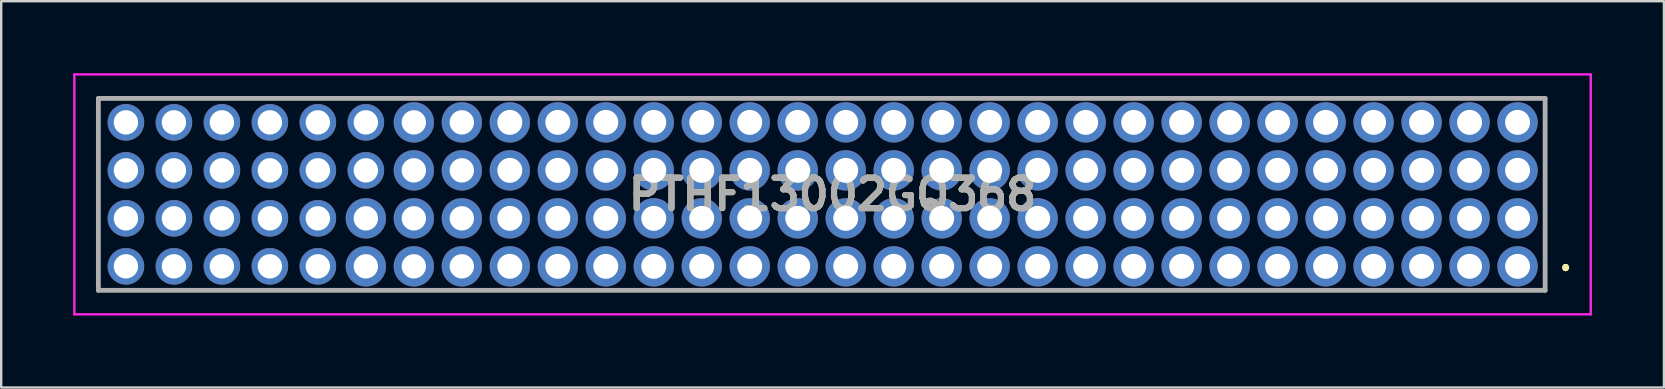
<source format=kicad_pcb>
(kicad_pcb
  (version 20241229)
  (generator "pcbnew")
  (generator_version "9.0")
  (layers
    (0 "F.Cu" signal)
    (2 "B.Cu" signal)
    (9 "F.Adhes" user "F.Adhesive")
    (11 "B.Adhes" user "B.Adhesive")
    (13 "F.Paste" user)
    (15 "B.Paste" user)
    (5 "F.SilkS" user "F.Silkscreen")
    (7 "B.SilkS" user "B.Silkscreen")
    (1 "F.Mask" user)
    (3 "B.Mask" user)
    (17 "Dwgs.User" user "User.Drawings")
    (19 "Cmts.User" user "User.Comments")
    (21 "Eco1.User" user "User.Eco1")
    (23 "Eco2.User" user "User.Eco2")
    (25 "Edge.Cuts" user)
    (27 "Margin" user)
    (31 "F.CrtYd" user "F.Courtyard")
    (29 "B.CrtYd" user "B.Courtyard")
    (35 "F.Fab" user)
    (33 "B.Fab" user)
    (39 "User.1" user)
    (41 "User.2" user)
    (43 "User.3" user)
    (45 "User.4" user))
  (footprint "PTHF13002GQ368"
    (layer "F.Cu")
    (at 60.198 8.05)
    (property "Reference" "PTHF13002GQ368" (at -28.549 -3 0) (layer "F.SilkS") (effects (font (size 1.27 1.27) (thickness 0.254))))
    (attr through_hole)
    (fp_line (start 2 0) (end 2 0) (stroke (width 0.2) (type solid)) (layer "F.SilkS"))
    (fp_line (start 2 0.1) (end 2 0.1) (stroke (width 0.2) (type solid)) (layer "F.SilkS"))
    (fp_line (start 2 0.1) (end 2 0.1) (stroke (width 0.2) (type solid)) (layer "F.SilkS"))
    (fp_arc (start 2 0) (mid 2.05 0.05) (end 2 0.1) (stroke (width 0.2) (type solid)) (layer "F.SilkS"))
    (fp_arc (start 2 0) (mid 2.05 0.05) (end 2 0.1) (stroke (width 0.2) (type solid)) (layer "F.SilkS"))
    (fp_arc (start 2 0.1) (mid 1.95 0.05) (end 2 0) (stroke (width 0.2) (type solid)) (layer "F.SilkS"))
    (fp_line (start -60.148 -8) (end 3.05 -8) (stroke (width 0.1) (type solid)) (layer "F.CrtYd"))
    (fp_line (start -60.148 2) (end -60.148 -8) (stroke (width 0.1) (type solid)) (layer "F.CrtYd"))
    (fp_line (start 3.05 -8) (end 3.05 2) (stroke (width 0.1) (type solid)) (layer "F.CrtYd"))
    (fp_line (start 3.05 2) (end -60.148 2) (stroke (width 0.1) (type solid)) (layer "F.CrtYd"))
    (fp_line (start -59.148 -7) (end -59.148 1) (stroke (width 0.2) (type solid)) (layer "F.Fab"))
    (fp_line (start -59.148 1) (end 1.148 1) (stroke (width 0.2) (type solid)) (layer "F.Fab"))
    (fp_line (start 1.148 -7) (end -59.148 -7) (stroke (width 0.2) (type solid)) (layer "F.Fab"))
    (fp_line (start 1.148 1) (end 1.148 -7) (stroke (width 0.2) (type solid)) (layer "F.Fab"))
    (fp_text user "${REFERENCE}" (at -28.549 -3 0) (layer "F.Fab") (effects (font (size 1.27 1.27) (thickness 0.254))))
    (pad "1" thru_hole circle (at 0 0) (size 1.68 1.68) (drill 1.041) (layers "*.Cu" "*.Mask"))
    (pad "2" thru_hole circle (at 0 -2) (size 1.68 1.68) (drill 1.041) (layers "*.Cu" "*.Mask"))
    (pad "3" thru_hole circle (at 0 -4) (size 1.68 1.68) (drill 1.041) (layers "*.Cu" "*.Mask"))
    (pad "4" thru_hole circle (at 0 -6) (size 1.68 1.68) (drill 1.041) (layers "*.Cu" "*.Mask"))
    (pad "5" thru_hole circle (at -2 0) (size 1.68 1.68) (drill 1.041) (layers "*.Cu" "*.Mask"))
    (pad "6" thru_hole circle (at -2 -2) (size 1.68 1.68) (drill 1.041) (layers "*.Cu" "*.Mask"))
    (pad "7" thru_hole circle (at -2 -4) (size 1.68 1.68) (drill 1.041) (layers "*.Cu" "*.Mask"))
    (pad "8" thru_hole circle (at -2 -6) (size 1.68 1.68) (drill 1.041) (layers "*.Cu" "*.Mask"))
    (pad "9" thru_hole circle (at -4 0) (size 1.68 1.68) (drill 1.041) (layers "*.Cu" "*.Mask"))
    (pad "10" thru_hole circle (at -4 -2) (size 1.68 1.68) (drill 1.041) (layers "*.Cu" "*.Mask"))
    (pad "11" thru_hole circle (at -4 -4) (size 1.68 1.68) (drill 1.041) (layers "*.Cu" "*.Mask"))
    (pad "12" thru_hole circle (at -4 -6) (size 1.68 1.68) (drill 1.041) (layers "*.Cu" "*.Mask"))
    (pad "13" thru_hole circle (at -6 0) (size 1.68 1.68) (drill 1.041) (layers "*.Cu" "*.Mask"))
    (pad "14" thru_hole circle (at -6 -2) (size 1.68 1.68) (drill 1.041) (layers "*.Cu" "*.Mask"))
    (pad "15" thru_hole circle (at -6 -4) (size 1.68 1.68) (drill 1.041) (layers "*.Cu" "*.Mask"))
    (pad "16" thru_hole circle (at -6 -6) (size 1.68 1.68) (drill 1.041) (layers "*.Cu" "*.Mask"))
    (pad "17" thru_hole circle (at -8 0) (size 1.68 1.68) (drill 1.041) (layers "*.Cu" "*.Mask"))
    (pad "18" thru_hole circle (at -8 -2) (size 1.68 1.68) (drill 1.041) (layers "*.Cu" "*.Mask"))
    (pad "19" thru_hole circle (at -8 -4) (size 1.68 1.68) (drill 1.041) (layers "*.Cu" "*.Mask"))
    (pad "20" thru_hole circle (at -8 -6) (size 1.68 1.68) (drill 1.041) (layers "*.Cu" "*.Mask"))
    (pad "21" thru_hole circle (at -10 0) (size 1.68 1.68) (drill 1.041) (layers "*.Cu" "*.Mask"))
    (pad "22" thru_hole circle (at -10 -2) (size 1.68 1.68) (drill 1.041) (layers "*.Cu" "*.Mask"))
    (pad "23" thru_hole circle (at -10 -4) (size 1.68 1.68) (drill 1.041) (layers "*.Cu" "*.Mask"))
    (pad "24" thru_hole circle (at -10 -6) (size 1.68 1.68) (drill 1.041) (layers "*.Cu" "*.Mask"))
    (pad "25" thru_hole circle (at -12 0) (size 1.68 1.68) (drill 1.041) (layers "*.Cu" "*.Mask"))
    (pad "26" thru_hole circle (at -12 -2) (size 1.68 1.68) (drill 1.041) (layers "*.Cu" "*.Mask"))
    (pad "27" thru_hole circle (at -12 -4) (size 1.68 1.68) (drill 1.041) (layers "*.Cu" "*.Mask"))
    (pad "28" thru_hole circle (at -12 -6) (size 1.68 1.68) (drill 1.041) (layers "*.Cu" "*.Mask"))
    (pad "29" thru_hole circle (at -14 0) (size 1.68 1.68) (drill 1.041) (layers "*.Cu" "*.Mask"))
    (pad "30" thru_hole circle (at -14 -2) (size 1.68 1.68) (drill 1.041) (layers "*.Cu" "*.Mask"))
    (pad "31" thru_hole circle (at -14 -4) (size 1.68 1.68) (drill 1.041) (layers "*.Cu" "*.Mask"))
    (pad "32" thru_hole circle (at -14 -6) (size 1.68 1.68) (drill 1.041) (layers "*.Cu" "*.Mask"))
    (pad "33" thru_hole circle (at -16 0) (size 1.68 1.68) (drill 1.041) (layers "*.Cu" "*.Mask"))
    (pad "34" thru_hole circle (at -16 -2) (size 1.68 1.68) (drill 1.041) (layers "*.Cu" "*.Mask"))
    (pad "35" thru_hole circle (at -16 -4) (size 1.68 1.68) (drill 1.041) (layers "*.Cu" "*.Mask"))
    (pad "36" thru_hole circle (at -16 -6) (size 1.68 1.68) (drill 1.041) (layers "*.Cu" "*.Mask"))
    (pad "37" thru_hole circle (at -18 0) (size 1.68 1.68) (drill 1.041) (layers "*.Cu" "*.Mask"))
    (pad "38" thru_hole circle (at -18 -2) (size 1.68 1.68) (drill 1.041) (layers "*.Cu" "*.Mask"))
    (pad "39" thru_hole circle (at -18 -4) (size 1.68 1.68) (drill 1.041) (layers "*.Cu" "*.Mask"))
    (pad "40" thru_hole circle (at -18 -6) (size 1.68 1.68) (drill 1.041) (layers "*.Cu" "*.Mask"))
    (pad "41" thru_hole circle (at -20 0) (size 1.68 1.68) (drill 1.041) (layers "*.Cu" "*.Mask"))
    (pad "42" thru_hole circle (at -20 -2) (size 1.68 1.68) (drill 1.041) (layers "*.Cu" "*.Mask"))
    (pad "43" thru_hole circle (at -20 -4) (size 1.68 1.68) (drill 1.041) (layers "*.Cu" "*.Mask"))
    (pad "44" thru_hole circle (at -20 -6) (size 1.68 1.68) (drill 1.041) (layers "*.Cu" "*.Mask"))
    (pad "45" thru_hole circle (at -22 0) (size 1.68 1.68) (drill 1.041) (layers "*.Cu" "*.Mask"))
    (pad "46" thru_hole circle (at -22 -2) (size 1.68 1.68) (drill 1.041) (layers "*.Cu" "*.Mask"))
    (pad "47" thru_hole circle (at -22 -4) (size 1.68 1.68) (drill 1.041) (layers "*.Cu" "*.Mask"))
    (pad "48" thru_hole circle (at -22 -6) (size 1.68 1.68) (drill 1.041) (layers "*.Cu" "*.Mask"))
    (pad "49" thru_hole circle (at -24 0) (size 1.68 1.68) (drill 1.041) (layers "*.Cu" "*.Mask"))
    (pad "50" thru_hole circle (at -24 -2) (size 1.68 1.68) (drill 1.041) (layers "*.Cu" "*.Mask"))
    (pad "51" thru_hole circle (at -24 -4) (size 1.68 1.68) (drill 1.041) (layers "*.Cu" "*.Mask"))
    (pad "52" thru_hole circle (at -24 -6) (size 1.68 1.68) (drill 1.041) (layers "*.Cu" "*.Mask"))
    (pad "53" thru_hole circle (at -26 0) (size 1.68 1.68) (drill 1.041) (layers "*.Cu" "*.Mask"))
    (pad "54" thru_hole circle (at -26 -2) (size 1.68 1.68) (drill 1.041) (layers "*.Cu" "*.Mask"))
    (pad "55" thru_hole circle (at -26 -4) (size 1.68 1.68) (drill 1.041) (layers "*.Cu" "*.Mask"))
    (pad "56" thru_hole circle (at -26 -6) (size 1.68 1.68) (drill 1.041) (layers "*.Cu" "*.Mask"))
    (pad "57" thru_hole circle (at -28 0) (size 1.68 1.68) (drill 1.041) (layers "*.Cu" "*.Mask"))
    (pad "58" thru_hole circle (at -28 -2) (size 1.68 1.68) (drill 1.041) (layers "*.Cu" "*.Mask"))
    (pad "59" thru_hole circle (at -28 -4) (size 1.68 1.68) (drill 1.041) (layers "*.Cu" "*.Mask"))
    (pad "60" thru_hole circle (at -28 -6) (size 1.68 1.68) (drill 1.041) (layers "*.Cu" "*.Mask"))
    (pad "61" thru_hole circle (at -30 0) (size 1.68 1.68) (drill 1.041) (layers "*.Cu" "*.Mask"))
    (pad "62" thru_hole circle (at -30 -2) (size 1.68 1.68) (drill 1.041) (layers "*.Cu" "*.Mask"))
    (pad "63" thru_hole circle (at -30 -4) (size 1.68 1.68) (drill 1.041) (layers "*.Cu" "*.Mask"))
    (pad "64" thru_hole circle (at -30 -6) (size 1.68 1.68) (drill 1.041) (layers "*.Cu" "*.Mask"))
    (pad "65" thru_hole circle (at -32 0) (size 1.68 1.68) (drill 1.041) (layers "*.Cu" "*.Mask"))
    (pad "66" thru_hole circle (at -32 -2) (size 1.68 1.68) (drill 1.041) (layers "*.Cu" "*.Mask"))
    (pad "67" thru_hole circle (at -32 -4) (size 1.68 1.68) (drill 1.041) (layers "*.Cu" "*.Mask"))
    (pad "68" thru_hole circle (at -32 -6) (size 1.68 1.68) (drill 1.041) (layers "*.Cu" "*.Mask"))
    (pad "69" thru_hole circle (at -34 0) (size 1.68 1.68) (drill 1.041) (layers "*.Cu" "*.Mask"))
    (pad "70" thru_hole circle (at -34 -2) (size 1.68 1.68) (drill 1.041) (layers "*.Cu" "*.Mask"))
    (pad "71" thru_hole circle (at -34 -4) (size 1.68 1.68) (drill 1.041) (layers "*.Cu" "*.Mask"))
    (pad "72" thru_hole circle (at -34 -6) (size 1.68 1.68) (drill 1.041) (layers "*.Cu" "*.Mask"))
    (pad "73" thru_hole circle (at -36 0) (size 1.68 1.68) (drill 1.041) (layers "*.Cu" "*.Mask"))
    (pad "74" thru_hole circle (at -36 -2) (size 1.68 1.68) (drill 1.041) (layers "*.Cu" "*.Mask"))
    (pad "75" thru_hole circle (at -36 -4) (size 1.68 1.68) (drill 1.041) (layers "*.Cu" "*.Mask"))
    (pad "76" thru_hole circle (at -36 -6) (size 1.68 1.68) (drill 1.041) (layers "*.Cu" "*.Mask"))
    (pad "77" thru_hole circle (at -38 0) (size 1.68 1.68) (drill 1.041) (layers "*.Cu" "*.Mask"))
    (pad "78" thru_hole circle (at -38 -2) (size 1.68 1.68) (drill 1.041) (layers "*.Cu" "*.Mask"))
    (pad "79" thru_hole circle (at -38 -4) (size 1.68 1.68) (drill 1.041) (layers "*.Cu" "*.Mask"))
    (pad "80" thru_hole circle (at -38 -6) (size 1.68 1.68) (drill 1.041) (layers "*.Cu" "*.Mask"))
    (pad "81" thru_hole circle (at -40 0) (size 1.68 1.68) (drill 1.041) (layers "*.Cu" "*.Mask"))
    (pad "82" thru_hole circle (at -40 -2) (size 1.68 1.68) (drill 1.041) (layers "*.Cu" "*.Mask"))
    (pad "83" thru_hole circle (at -40 -4) (size 1.68 1.68) (drill 1.041) (layers "*.Cu" "*.Mask"))
    (pad "84" thru_hole circle (at -40 -6) (size 1.68 1.68) (drill 1.041) (layers "*.Cu" "*.Mask"))
    (pad "85" thru_hole circle (at -42 0) (size 1.68 1.68) (drill 1.041) (layers "*.Cu" "*.Mask"))
    (pad "86" thru_hole circle (at -42 -2) (size 1.68 1.68) (drill 1.041) (layers "*.Cu" "*.Mask"))
    (pad "87" thru_hole circle (at -42 -4) (size 1.68 1.68) (drill 1.041) (layers "*.Cu" "*.Mask"))
    (pad "88" thru_hole circle (at -42 -6) (size 1.68 1.68) (drill 1.041) (layers "*.Cu" "*.Mask"))
    (pad "89" thru_hole circle (at -44 0) (size 1.68 1.68) (drill 1.016) (layers "*.Cu" "*.Mask"))
    (pad "90" thru_hole circle (at -44 -2) (size 1.68 1.68) (drill 1.016) (layers "*.Cu" "*.Mask"))
    (pad "91" thru_hole circle (at -44 -4) (size 1.68 1.68) (drill 1.016) (layers "*.Cu" "*.Mask"))
    (pad "92" thru_hole circle (at -44 -6) (size 1.68 1.68) (drill 1.016) (layers "*.Cu" "*.Mask"))
    (pad "93" thru_hole circle (at -46 0) (size 1.68 1.68) (drill 1.016) (layers "*.Cu" "*.Mask"))
    (pad "94" thru_hole circle (at -46 -2) (size 1.68 1.68) (drill 1.016) (layers "*.Cu" "*.Mask"))
    (pad "95" thru_hole circle (at -46 -4) (size 1.68 1.68) (drill 1.016) (layers "*.Cu" "*.Mask"))
    (pad "96" thru_hole circle (at -46 -6) (size 1.68 1.68) (drill 1.016) (layers "*.Cu" "*.Mask"))
    (pad "97" thru_hole circle (at -48 0) (size 1.68 1.68) (drill 1.016) (layers "*.Cu" "*.Mask"))
    (pad "98" thru_hole circle (at -48 -2) (size 1.68 1.68) (drill 1.016) (layers "*.Cu" "*.Mask"))
    (pad "99" thru_hole circle (at -48 -4) (size 1.524 1.524) (drill 1.016) (layers "*.Cu" "*.Mask"))
    (pad "100" thru_hole circle (at -48 -6) (size 1.524 1.524) (drill 1.016) (layers "*.Cu" "*.Mask"))
    (pad "101" thru_hole circle (at -50 0) (size 1.524 1.524) (drill 1.016) (layers "*.Cu" "*.Mask"))
    (pad "102" thru_hole circle (at -50 -2) (size 1.524 1.524) (drill 1.016) (layers "*.Cu" "*.Mask"))
    (pad "103" thru_hole circle (at -50 -4) (size 1.524 1.524) (drill 1.016) (layers "*.Cu" "*.Mask"))
    (pad "104" thru_hole circle (at -50 -6) (size 1.524 1.524) (drill 1.016) (layers "*.Cu" "*.Mask"))
    (pad "105" thru_hole circle (at -52 0) (size 1.524 1.524) (drill 1.016) (layers "*.Cu" "*.Mask"))
    (pad "106" thru_hole circle (at -52 -2) (size 1.524 1.524) (drill 1.016) (layers "*.Cu" "*.Mask"))
    (pad "107" thru_hole circle (at -52 -4) (size 1.524 1.524) (drill 1.016) (layers "*.Cu" "*.Mask"))
    (pad "108" thru_hole circle (at -52 -6) (size 1.524 1.524) (drill 1.016) (layers "*.Cu" "*.Mask"))
    (pad "109" thru_hole circle (at -54 0) (size 1.524 1.524) (drill 1.016) (layers "*.Cu" "*.Mask"))
    (pad "110" thru_hole circle (at -54 -2) (size 1.524 1.524) (drill 1.016) (layers "*.Cu" "*.Mask"))
    (pad "111" thru_hole circle (at -54 -4) (size 1.524 1.524) (drill 1.016) (layers "*.Cu" "*.Mask"))
    (pad "112" thru_hole circle (at -54 -6) (size 1.524 1.524) (drill 1.016) (layers "*.Cu" "*.Mask"))
    (pad "113" thru_hole circle (at -56 0) (size 1.524 1.524) (drill 1.016) (layers "*.Cu" "*.Mask"))
    (pad "114" thru_hole circle (at -56 -2) (size 1.524 1.524) (drill 1.016) (layers "*.Cu" "*.Mask"))
    (pad "115" thru_hole circle (at -56 -4) (size 1.524 1.524) (drill 1.016) (layers "*.Cu" "*.Mask"))
    (pad "116" thru_hole circle (at -56 -6) (size 1.524 1.524) (drill 1.016) (layers "*.Cu" "*.Mask"))
    (pad "117" thru_hole circle (at -58 0) (size 1.524 1.524) (drill 1.016) (layers "*.Cu" "*.Mask"))
    (pad "118" thru_hole circle (at -58 -2) (size 1.524 1.524) (drill 1.016) (layers "*.Cu" "*.Mask"))
    (pad "119" thru_hole circle (at -58 -4) (size 1.524 1.524) (drill 1.016) (layers "*.Cu" "*.Mask"))
    (pad "120" thru_hole circle (at -58 -6) (size 1.524 1.524) (drill 1.016) (layers "*.Cu" "*.Mask")))
  (gr_rect
    (start -3 -3)
    (end 66.298 13.1)
    (stroke (width 0.1) (type default))
    (fill no)
    (layer "Edge.Cuts")))
</source>
